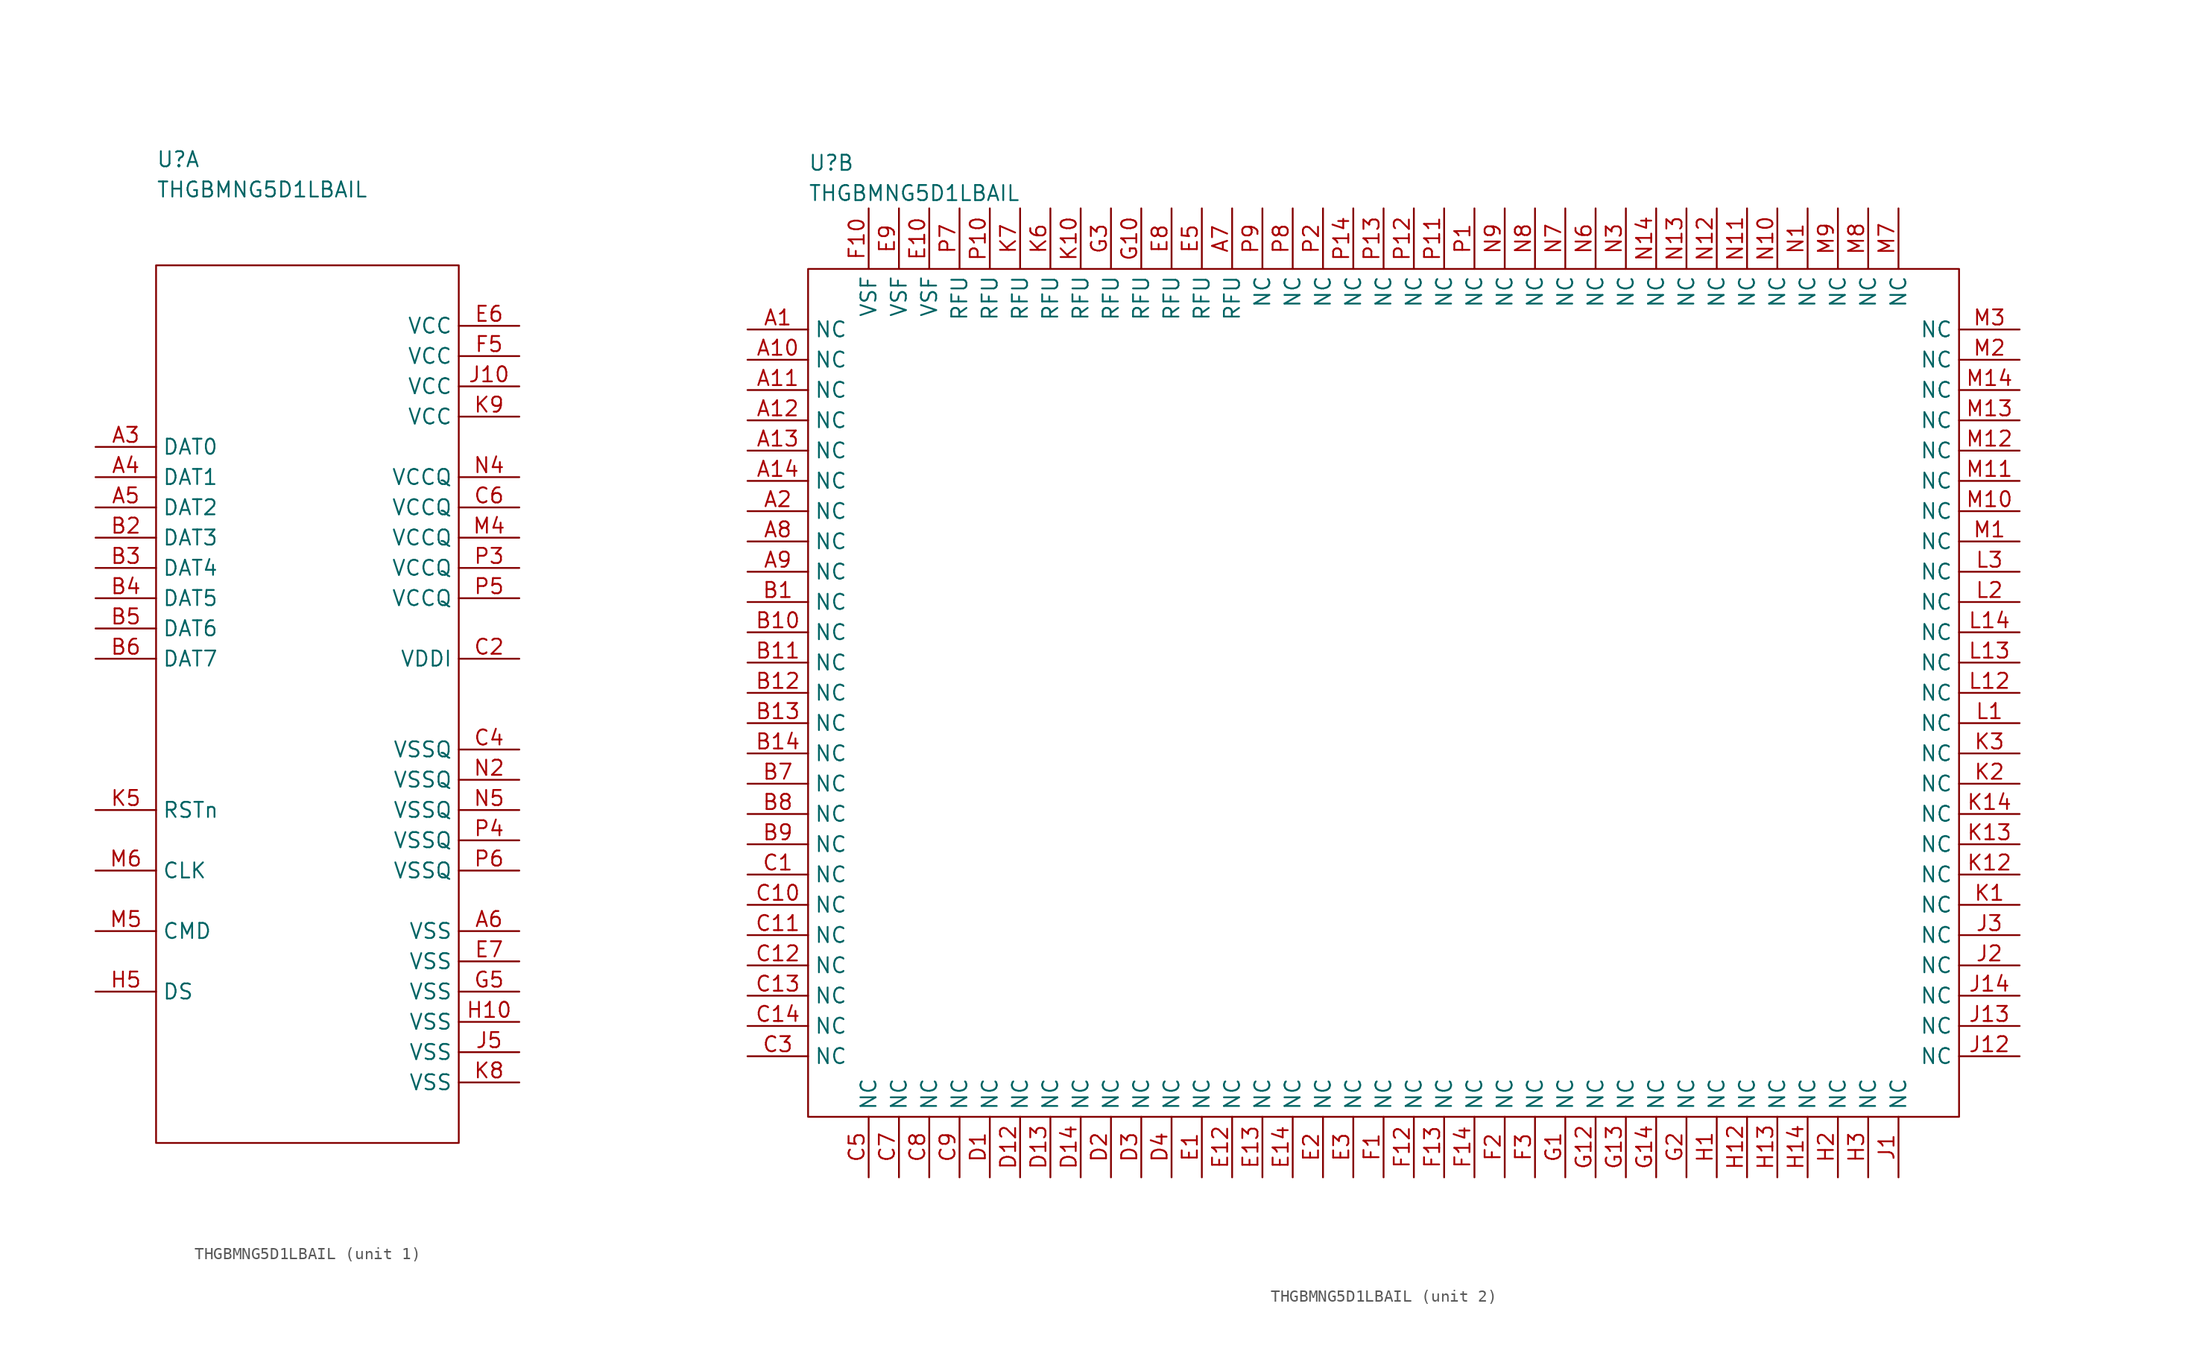
<source format=kicad_sym>
(kicad_symbol_lib
  (version 20211014)
  (generator kicad_symbol_editor)
  (symbol "THGBMNG5D1LBAIL"
    (property "Reference" "U"
      (at 0 8.89 0)
      (effects (font (size 1.27 1.27)) (justify left)))
    (property "Value" "THGBMNG5D1LBAIL"
      (at 0 6.35 0)
      (effects (font (size 1.27 1.27)) (justify left)))
    (symbol "THGBMNG5D1LBAIL_1_0"
      (pin passive line (at -5.08 -15.24 0) (length 5.08) (name "DAT0" (effects (font (size 1.27 1.27)))) (number "A3" (effects (font (size 1.27 1.27)))))
      (pin passive line (at -5.08 -17.78 0) (length 5.08) (name "DAT1" (effects (font (size 1.27 1.27)))) (number "A4" (effects (font (size 1.27 1.27)))))
      (pin passive line (at -5.08 -20.32 0) (length 5.08) (name "DAT2" (effects (font (size 1.27 1.27)))) (number "A5" (effects (font (size 1.27 1.27)))))
      (pin passive line (at 30.48 -55.88 180) (length 5.08) (name "VSS" (effects (font (size 1.27 1.27)))) (number "A6" (effects (font (size 1.27 1.27)))))
      (pin passive line (at -5.08 -22.86 0) (length 5.08) (name "DAT3" (effects (font (size 1.27 1.27)))) (number "B2" (effects (font (size 1.27 1.27)))))
      (pin passive line (at -5.08 -25.4 0) (length 5.08) (name "DAT4" (effects (font (size 1.27 1.27)))) (number "B3" (effects (font (size 1.27 1.27)))))
      (pin passive line (at -5.08 -27.94 0) (length 5.08) (name "DAT5" (effects (font (size 1.27 1.27)))) (number "B4" (effects (font (size 1.27 1.27)))))
      (pin passive line (at -5.08 -30.48 0) (length 5.08) (name "DAT6" (effects (font (size 1.27 1.27)))) (number "B5" (effects (font (size 1.27 1.27)))))
      (pin passive line (at -5.08 -33.02 0) (length 5.08) (name "DAT7" (effects (font (size 1.27 1.27)))) (number "B6" (effects (font (size 1.27 1.27)))))
      (pin passive line (at 30.48 -33.02 180) (length 5.08) (name "VDDI" (effects (font (size 1.27 1.27)))) (number "C2" (effects (font (size 1.27 1.27)))))
      (pin passive line (at 30.48 -40.64 180) (length 5.08) (name "VSSQ" (effects (font (size 1.27 1.27)))) (number "C4" (effects (font (size 1.27 1.27)))))
      (pin passive line (at 30.48 -20.32 180) (length 5.08) (name "VCCQ" (effects (font (size 1.27 1.27)))) (number "C6" (effects (font (size 1.27 1.27)))))
      (pin passive line (at 30.48 -5.08 180) (length 5.08) (name "VCC" (effects (font (size 1.27 1.27)))) (number "E6" (effects (font (size 1.27 1.27)))))
      (pin passive line (at 30.48 -58.42 180) (length 5.08) (name "VSS" (effects (font (size 1.27 1.27)))) (number "E7" (effects (font (size 1.27 1.27)))))
      (pin passive line (at 30.48 -7.62 180) (length 5.08) (name "VCC" (effects (font (size 1.27 1.27)))) (number "F5" (effects (font (size 1.27 1.27)))))
      (pin passive line (at 30.48 -60.96 180) (length 5.08) (name "VSS" (effects (font (size 1.27 1.27)))) (number "G5" (effects (font (size 1.27 1.27)))))
      (pin passive line (at 30.48 -63.5 180) (length 5.08) (name "VSS" (effects (font (size 1.27 1.27)))) (number "H10" (effects (font (size 1.27 1.27)))))
      (pin output line (at -5.08 -60.96 0) (length 5.08) (name "DS" (effects (font (size 1.27 1.27)))) (number "H5" (effects (font (size 1.27 1.27)))))
      (pin passive line (at 30.48 -10.16 180) (length 5.08) (name "VCC" (effects (font (size 1.27 1.27)))) (number "J10" (effects (font (size 1.27 1.27)))))
      (pin passive line (at 30.48 -66.04 180) (length 5.08) (name "VSS" (effects (font (size 1.27 1.27)))) (number "J5" (effects (font (size 1.27 1.27)))))
      (pin input line (at -5.08 -45.72 0) (length 5.08) (name "RSTn" (effects (font (size 1.27 1.27)))) (number "K5" (effects (font (size 1.27 1.27)))))
      (pin passive line (at 30.48 -68.58 180) (length 5.08) (name "VSS" (effects (font (size 1.27 1.27)))) (number "K8" (effects (font (size 1.27 1.27)))))
      (pin passive line (at 30.48 -12.7 180) (length 5.08) (name "VCC" (effects (font (size 1.27 1.27)))) (number "K9" (effects (font (size 1.27 1.27)))))
      (pin passive line (at 30.48 -22.86 180) (length 5.08) (name "VCCQ" (effects (font (size 1.27 1.27)))) (number "M4" (effects (font (size 1.27 1.27)))))
      (pin passive line (at -5.08 -55.88 0) (length 5.08) (name "CMD" (effects (font (size 1.27 1.27)))) (number "M5" (effects (font (size 1.27 1.27)))))
      (pin input line (at -5.08 -50.8 0) (length 5.08) (name "CLK" (effects (font (size 1.27 1.27)))) (number "M6" (effects (font (size 1.27 1.27)))))
      (pin passive line (at 30.48 -43.18 180) (length 5.08) (name "VSSQ" (effects (font (size 1.27 1.27)))) (number "N2" (effects (font (size 1.27 1.27)))))
      (pin passive line (at 30.48 -17.78 180) (length 5.08) (name "VCCQ" (effects (font (size 1.27 1.27)))) (number "N4" (effects (font (size 1.27 1.27)))))
      (pin passive line (at 30.48 -45.72 180) (length 5.08) (name "VSSQ" (effects (font (size 1.27 1.27)))) (number "N5" (effects (font (size 1.27 1.27)))))
      (pin passive line (at 30.48 -25.4 180) (length 5.08) (name "VCCQ" (effects (font (size 1.27 1.27)))) (number "P3" (effects (font (size 1.27 1.27)))))
      (pin passive line (at 30.48 -48.26 180) (length 5.08) (name "VSSQ" (effects (font (size 1.27 1.27)))) (number "P4" (effects (font (size 1.27 1.27)))))
      (pin passive line (at 30.48 -27.94 180) (length 5.08) (name "VCCQ" (effects (font (size 1.27 1.27)))) (number "P5" (effects (font (size 1.27 1.27)))))
      (pin passive line (at 30.48 -50.8 180) (length 5.08) (name "VSSQ" (effects (font (size 1.27 1.27)))) (number "P6" (effects (font (size 1.27 1.27))))))
    (symbol "THGBMNG5D1LBAIL_1_1"
      (rectangle (start 0 0) (end 25.4 -73.66) (stroke (width 0) (type default) (color 0 0 0 0)) (fill (type none))))
    (symbol "THGBMNG5D1LBAIL_2_0"
      (pin passive line (at -5.08 -5.08 0) (length 5.08) (name "NC" (effects (font (size 1.27 1.27)))) (number "A1" (effects (font (size 1.27 1.27)))))
      (pin passive line (at -5.08 -7.62 0) (length 5.08) (name "NC" (effects (font (size 1.27 1.27)))) (number "A10" (effects (font (size 1.27 1.27)))))
      (pin passive line (at -5.08 -10.16 0) (length 5.08) (name "NC" (effects (font (size 1.27 1.27)))) (number "A11" (effects (font (size 1.27 1.27)))))
      (pin passive line (at -5.08 -12.7 0) (length 5.08) (name "NC" (effects (font (size 1.27 1.27)))) (number "A12" (effects (font (size 1.27 1.27)))))
      (pin passive line (at -5.08 -15.24 0) (length 5.08) (name "NC" (effects (font (size 1.27 1.27)))) (number "A13" (effects (font (size 1.27 1.27)))))
      (pin passive line (at -5.08 -17.78 0) (length 5.08) (name "NC" (effects (font (size 1.27 1.27)))) (number "A14" (effects (font (size 1.27 1.27)))))
      (pin passive line (at -5.08 -20.32 0) (length 5.08) (name "NC" (effects (font (size 1.27 1.27)))) (number "A2" (effects (font (size 1.27 1.27)))))
      (pin passive line (at 35.56 5.08 270) (length 5.08) (name "RFU" (effects (font (size 1.27 1.27)))) (number "A7" (effects (font (size 1.27 1.27)))))
      (pin passive line (at -5.08 -22.86 0) (length 5.08) (name "NC" (effects (font (size 1.27 1.27)))) (number "A8" (effects (font (size 1.27 1.27)))))
      (pin passive line (at -5.08 -25.4 0) (length 5.08) (name "NC" (effects (font (size 1.27 1.27)))) (number "A9" (effects (font (size 1.27 1.27)))))
      (pin passive line (at -5.08 -27.94 0) (length 5.08) (name "NC" (effects (font (size 1.27 1.27)))) (number "B1" (effects (font (size 1.27 1.27)))))
      (pin passive line (at -5.08 -30.48 0) (length 5.08) (name "NC" (effects (font (size 1.27 1.27)))) (number "B10" (effects (font (size 1.27 1.27)))))
      (pin passive line (at -5.08 -33.02 0) (length 5.08) (name "NC" (effects (font (size 1.27 1.27)))) (number "B11" (effects (font (size 1.27 1.27)))))
      (pin passive line (at -5.08 -35.56 0) (length 5.08) (name "NC" (effects (font (size 1.27 1.27)))) (number "B12" (effects (font (size 1.27 1.27)))))
      (pin passive line (at -5.08 -38.1 0) (length 5.08) (name "NC" (effects (font (size 1.27 1.27)))) (number "B13" (effects (font (size 1.27 1.27)))))
      (pin passive line (at -5.08 -40.64 0) (length 5.08) (name "NC" (effects (font (size 1.27 1.27)))) (number "B14" (effects (font (size 1.27 1.27)))))
      (pin passive line (at -5.08 -43.18 0) (length 5.08) (name "NC" (effects (font (size 1.27 1.27)))) (number "B7" (effects (font (size 1.27 1.27)))))
      (pin passive line (at -5.08 -45.72 0) (length 5.08) (name "NC" (effects (font (size 1.27 1.27)))) (number "B8" (effects (font (size 1.27 1.27)))))
      (pin passive line (at -5.08 -48.26 0) (length 5.08) (name "NC" (effects (font (size 1.27 1.27)))) (number "B9" (effects (font (size 1.27 1.27)))))
      (pin passive line (at -5.08 -50.8 0) (length 5.08) (name "NC" (effects (font (size 1.27 1.27)))) (number "C1" (effects (font (size 1.27 1.27)))))
      (pin passive line (at -5.08 -53.34 0) (length 5.08) (name "NC" (effects (font (size 1.27 1.27)))) (number "C10" (effects (font (size 1.27 1.27)))))
      (pin passive line (at -5.08 -55.88 0) (length 5.08) (name "NC" (effects (font (size 1.27 1.27)))) (number "C11" (effects (font (size 1.27 1.27)))))
      (pin passive line (at -5.08 -58.42 0) (length 5.08) (name "NC" (effects (font (size 1.27 1.27)))) (number "C12" (effects (font (size 1.27 1.27)))))
      (pin passive line (at -5.08 -60.96 0) (length 5.08) (name "NC" (effects (font (size 1.27 1.27)))) (number "C13" (effects (font (size 1.27 1.27)))))
      (pin passive line (at -5.08 -63.5 0) (length 5.08) (name "NC" (effects (font (size 1.27 1.27)))) (number "C14" (effects (font (size 1.27 1.27)))))
      (pin passive line (at -5.08 -66.04 0) (length 5.08) (name "NC" (effects (font (size 1.27 1.27)))) (number "C3" (effects (font (size 1.27 1.27)))))
      (pin passive line (at 5.08 -76.2 90) (length 5.08) (name "NC" (effects (font (size 1.27 1.27)))) (number "C5" (effects (font (size 1.27 1.27)))))
      (pin passive line (at 7.62 -76.2 90) (length 5.08) (name "NC" (effects (font (size 1.27 1.27)))) (number "C7" (effects (font (size 1.27 1.27)))))
      (pin passive line (at 10.16 -76.2 90) (length 5.08) (name "NC" (effects (font (size 1.27 1.27)))) (number "C8" (effects (font (size 1.27 1.27)))))
      (pin passive line (at 12.7 -76.2 90) (length 5.08) (name "NC" (effects (font (size 1.27 1.27)))) (number "C9" (effects (font (size 1.27 1.27)))))
      (pin passive line (at 15.24 -76.2 90) (length 5.08) (name "NC" (effects (font (size 1.27 1.27)))) (number "D1" (effects (font (size 1.27 1.27)))))
      (pin passive line (at 17.78 -76.2 90) (length 5.08) (name "NC" (effects (font (size 1.27 1.27)))) (number "D12" (effects (font (size 1.27 1.27)))))
      (pin passive line (at 20.32 -76.2 90) (length 5.08) (name "NC" (effects (font (size 1.27 1.27)))) (number "D13" (effects (font (size 1.27 1.27)))))
      (pin passive line (at 22.86 -76.2 90) (length 5.08) (name "NC" (effects (font (size 1.27 1.27)))) (number "D14" (effects (font (size 1.27 1.27)))))
      (pin passive line (at 25.4 -76.2 90) (length 5.08) (name "NC" (effects (font (size 1.27 1.27)))) (number "D2" (effects (font (size 1.27 1.27)))))
      (pin passive line (at 27.94 -76.2 90) (length 5.08) (name "NC" (effects (font (size 1.27 1.27)))) (number "D3" (effects (font (size 1.27 1.27)))))
      (pin passive line (at 30.48 -76.2 90) (length 5.08) (name "NC" (effects (font (size 1.27 1.27)))) (number "D4" (effects (font (size 1.27 1.27)))))
      (pin passive line (at 33.02 -76.2 90) (length 5.08) (name "NC" (effects (font (size 1.27 1.27)))) (number "E1" (effects (font (size 1.27 1.27)))))
      (pin passive line (at 10.16 5.08 270) (length 5.08) (name "VSF" (effects (font (size 1.27 1.27)))) (number "E10" (effects (font (size 1.27 1.27)))))
      (pin passive line (at 35.56 -76.2 90) (length 5.08) (name "NC" (effects (font (size 1.27 1.27)))) (number "E12" (effects (font (size 1.27 1.27)))))
      (pin passive line (at 38.1 -76.2 90) (length 5.08) (name "NC" (effects (font (size 1.27 1.27)))) (number "E13" (effects (font (size 1.27 1.27)))))
      (pin passive line (at 40.64 -76.2 90) (length 5.08) (name "NC" (effects (font (size 1.27 1.27)))) (number "E14" (effects (font (size 1.27 1.27)))))
      (pin passive line (at 43.18 -76.2 90) (length 5.08) (name "NC" (effects (font (size 1.27 1.27)))) (number "E2" (effects (font (size 1.27 1.27)))))
      (pin passive line (at 45.72 -76.2 90) (length 5.08) (name "NC" (effects (font (size 1.27 1.27)))) (number "E3" (effects (font (size 1.27 1.27)))))
      (pin passive line (at 33.02 5.08 270) (length 5.08) (name "RFU" (effects (font (size 1.27 1.27)))) (number "E5" (effects (font (size 1.27 1.27)))))
      (pin passive line (at 30.48 5.08 270) (length 5.08) (name "RFU" (effects (font (size 1.27 1.27)))) (number "E8" (effects (font (size 1.27 1.27)))))
      (pin passive line (at 7.62 5.08 270) (length 5.08) (name "VSF" (effects (font (size 1.27 1.27)))) (number "E9" (effects (font (size 1.27 1.27)))))
      (pin passive line (at 48.26 -76.2 90) (length 5.08) (name "NC" (effects (font (size 1.27 1.27)))) (number "F1" (effects (font (size 1.27 1.27)))))
      (pin passive line (at 5.08 5.08 270) (length 5.08) (name "VSF" (effects (font (size 1.27 1.27)))) (number "F10" (effects (font (size 1.27 1.27)))))
      (pin passive line (at 50.8 -76.2 90) (length 5.08) (name "NC" (effects (font (size 1.27 1.27)))) (number "F12" (effects (font (size 1.27 1.27)))))
      (pin passive line (at 53.34 -76.2 90) (length 5.08) (name "NC" (effects (font (size 1.27 1.27)))) (number "F13" (effects (font (size 1.27 1.27)))))
      (pin passive line (at 55.88 -76.2 90) (length 5.08) (name "NC" (effects (font (size 1.27 1.27)))) (number "F14" (effects (font (size 1.27 1.27)))))
      (pin passive line (at 58.42 -76.2 90) (length 5.08) (name "NC" (effects (font (size 1.27 1.27)))) (number "F2" (effects (font (size 1.27 1.27)))))
      (pin passive line (at 60.96 -76.2 90) (length 5.08) (name "NC" (effects (font (size 1.27 1.27)))) (number "F3" (effects (font (size 1.27 1.27)))))
      (pin passive line (at 63.5 -76.2 90) (length 5.08) (name "NC" (effects (font (size 1.27 1.27)))) (number "G1" (effects (font (size 1.27 1.27)))))
      (pin passive line (at 27.94 5.08 270) (length 5.08) (name "RFU" (effects (font (size 1.27 1.27)))) (number "G10" (effects (font (size 1.27 1.27)))))
      (pin passive line (at 66.04 -76.2 90) (length 5.08) (name "NC" (effects (font (size 1.27 1.27)))) (number "G12" (effects (font (size 1.27 1.27)))))
      (pin passive line (at 68.58 -76.2 90) (length 5.08) (name "NC" (effects (font (size 1.27 1.27)))) (number "G13" (effects (font (size 1.27 1.27)))))
      (pin passive line (at 71.12 -76.2 90) (length 5.08) (name "NC" (effects (font (size 1.27 1.27)))) (number "G14" (effects (font (size 1.27 1.27)))))
      (pin passive line (at 73.66 -76.2 90) (length 5.08) (name "NC" (effects (font (size 1.27 1.27)))) (number "G2" (effects (font (size 1.27 1.27)))))
      (pin passive line (at 25.4 5.08 270) (length 5.08) (name "RFU" (effects (font (size 1.27 1.27)))) (number "G3" (effects (font (size 1.27 1.27)))))
      (pin passive line (at 76.2 -76.2 90) (length 5.08) (name "NC" (effects (font (size 1.27 1.27)))) (number "H1" (effects (font (size 1.27 1.27)))))
      (pin passive line (at 78.74 -76.2 90) (length 5.08) (name "NC" (effects (font (size 1.27 1.27)))) (number "H12" (effects (font (size 1.27 1.27)))))
      (pin passive line (at 81.28 -76.2 90) (length 5.08) (name "NC" (effects (font (size 1.27 1.27)))) (number "H13" (effects (font (size 1.27 1.27)))))
      (pin passive line (at 83.82 -76.2 90) (length 5.08) (name "NC" (effects (font (size 1.27 1.27)))) (number "H14" (effects (font (size 1.27 1.27)))))
      (pin passive line (at 86.36 -76.2 90) (length 5.08) (name "NC" (effects (font (size 1.27 1.27)))) (number "H2" (effects (font (size 1.27 1.27)))))
      (pin passive line (at 88.9 -76.2 90) (length 5.08) (name "NC" (effects (font (size 1.27 1.27)))) (number "H3" (effects (font (size 1.27 1.27)))))
      (pin passive line (at 91.44 -76.2 90) (length 5.08) (name "NC" (effects (font (size 1.27 1.27)))) (number "J1" (effects (font (size 1.27 1.27)))))
      (pin passive line (at 101.6 -66.04 180) (length 5.08) (name "NC" (effects (font (size 1.27 1.27)))) (number "J12" (effects (font (size 1.27 1.27)))))
      (pin passive line (at 101.6 -63.5 180) (length 5.08) (name "NC" (effects (font (size 1.27 1.27)))) (number "J13" (effects (font (size 1.27 1.27)))))
      (pin passive line (at 101.6 -60.96 180) (length 5.08) (name "NC" (effects (font (size 1.27 1.27)))) (number "J14" (effects (font (size 1.27 1.27)))))
      (pin passive line (at 101.6 -58.42 180) (length 5.08) (name "NC" (effects (font (size 1.27 1.27)))) (number "J2" (effects (font (size 1.27 1.27)))))
      (pin passive line (at 101.6 -55.88 180) (length 5.08) (name "NC" (effects (font (size 1.27 1.27)))) (number "J3" (effects (font (size 1.27 1.27)))))
      (pin passive line (at 101.6 -53.34 180) (length 5.08) (name "NC" (effects (font (size 1.27 1.27)))) (number "K1" (effects (font (size 1.27 1.27)))))
      (pin passive line (at 22.86 5.08 270) (length 5.08) (name "RFU" (effects (font (size 1.27 1.27)))) (number "K10" (effects (font (size 1.27 1.27)))))
      (pin passive line (at 101.6 -50.8 180) (length 5.08) (name "NC" (effects (font (size 1.27 1.27)))) (number "K12" (effects (font (size 1.27 1.27)))))
      (pin passive line (at 101.6 -48.26 180) (length 5.08) (name "NC" (effects (font (size 1.27 1.27)))) (number "K13" (effects (font (size 1.27 1.27)))))
      (pin passive line (at 101.6 -45.72 180) (length 5.08) (name "NC" (effects (font (size 1.27 1.27)))) (number "K14" (effects (font (size 1.27 1.27)))))
      (pin passive line (at 101.6 -43.18 180) (length 5.08) (name "NC" (effects (font (size 1.27 1.27)))) (number "K2" (effects (font (size 1.27 1.27)))))
      (pin passive line (at 101.6 -40.64 180) (length 5.08) (name "NC" (effects (font (size 1.27 1.27)))) (number "K3" (effects (font (size 1.27 1.27)))))
      (pin passive line (at 20.32 5.08 270) (length 5.08) (name "RFU" (effects (font (size 1.27 1.27)))) (number "K6" (effects (font (size 1.27 1.27)))))
      (pin passive line (at 17.78 5.08 270) (length 5.08) (name "RFU" (effects (font (size 1.27 1.27)))) (number "K7" (effects (font (size 1.27 1.27)))))
      (pin passive line (at 101.6 -38.1 180) (length 5.08) (name "NC" (effects (font (size 1.27 1.27)))) (number "L1" (effects (font (size 1.27 1.27)))))
      (pin passive line (at 101.6 -35.56 180) (length 5.08) (name "NC" (effects (font (size 1.27 1.27)))) (number "L12" (effects (font (size 1.27 1.27)))))
      (pin passive line (at 101.6 -33.02 180) (length 5.08) (name "NC" (effects (font (size 1.27 1.27)))) (number "L13" (effects (font (size 1.27 1.27)))))
      (pin passive line (at 101.6 -30.48 180) (length 5.08) (name "NC" (effects (font (size 1.27 1.27)))) (number "L14" (effects (font (size 1.27 1.27)))))
      (pin passive line (at 101.6 -27.94 180) (length 5.08) (name "NC" (effects (font (size 1.27 1.27)))) (number "L2" (effects (font (size 1.27 1.27)))))
      (pin passive line (at 101.6 -25.4 180) (length 5.08) (name "NC" (effects (font (size 1.27 1.27)))) (number "L3" (effects (font (size 1.27 1.27)))))
      (pin passive line (at 101.6 -22.86 180) (length 5.08) (name "NC" (effects (font (size 1.27 1.27)))) (number "M1" (effects (font (size 1.27 1.27)))))
      (pin passive line (at 101.6 -20.32 180) (length 5.08) (name "NC" (effects (font (size 1.27 1.27)))) (number "M10" (effects (font (size 1.27 1.27)))))
      (pin passive line (at 101.6 -17.78 180) (length 5.08) (name "NC" (effects (font (size 1.27 1.27)))) (number "M11" (effects (font (size 1.27 1.27)))))
      (pin passive line (at 101.6 -15.24 180) (length 5.08) (name "NC" (effects (font (size 1.27 1.27)))) (number "M12" (effects (font (size 1.27 1.27)))))
      (pin passive line (at 101.6 -12.7 180) (length 5.08) (name "NC" (effects (font (size 1.27 1.27)))) (number "M13" (effects (font (size 1.27 1.27)))))
      (pin passive line (at 101.6 -10.16 180) (length 5.08) (name "NC" (effects (font (size 1.27 1.27)))) (number "M14" (effects (font (size 1.27 1.27)))))
      (pin passive line (at 101.6 -7.62 180) (length 5.08) (name "NC" (effects (font (size 1.27 1.27)))) (number "M2" (effects (font (size 1.27 1.27)))))
      (pin passive line (at 101.6 -5.08 180) (length 5.08) (name "NC" (effects (font (size 1.27 1.27)))) (number "M3" (effects (font (size 1.27 1.27)))))
      (pin passive line (at 91.44 5.08 270) (length 5.08) (name "NC" (effects (font (size 1.27 1.27)))) (number "M7" (effects (font (size 1.27 1.27)))))
      (pin passive line (at 88.9 5.08 270) (length 5.08) (name "NC" (effects (font (size 1.27 1.27)))) (number "M8" (effects (font (size 1.27 1.27)))))
      (pin passive line (at 86.36 5.08 270) (length 5.08) (name "NC" (effects (font (size 1.27 1.27)))) (number "M9" (effects (font (size 1.27 1.27)))))
      (pin passive line (at 83.82 5.08 270) (length 5.08) (name "NC" (effects (font (size 1.27 1.27)))) (number "N1" (effects (font (size 1.27 1.27)))))
      (pin passive line (at 81.28 5.08 270) (length 5.08) (name "NC" (effects (font (size 1.27 1.27)))) (number "N10" (effects (font (size 1.27 1.27)))))
      (pin passive line (at 78.74 5.08 270) (length 5.08) (name "NC" (effects (font (size 1.27 1.27)))) (number "N11" (effects (font (size 1.27 1.27)))))
      (pin passive line (at 76.2 5.08 270) (length 5.08) (name "NC" (effects (font (size 1.27 1.27)))) (number "N12" (effects (font (size 1.27 1.27)))))
      (pin passive line (at 73.66 5.08 270) (length 5.08) (name "NC" (effects (font (size 1.27 1.27)))) (number "N13" (effects (font (size 1.27 1.27)))))
      (pin passive line (at 71.12 5.08 270) (length 5.08) (name "NC" (effects (font (size 1.27 1.27)))) (number "N14" (effects (font (size 1.27 1.27)))))
      (pin passive line (at 68.58 5.08 270) (length 5.08) (name "NC" (effects (font (size 1.27 1.27)))) (number "N3" (effects (font (size 1.27 1.27)))))
      (pin passive line (at 66.04 5.08 270) (length 5.08) (name "NC" (effects (font (size 1.27 1.27)))) (number "N6" (effects (font (size 1.27 1.27)))))
      (pin passive line (at 63.5 5.08 270) (length 5.08) (name "NC" (effects (font (size 1.27 1.27)))) (number "N7" (effects (font (size 1.27 1.27)))))
      (pin passive line (at 60.96 5.08 270) (length 5.08) (name "NC" (effects (font (size 1.27 1.27)))) (number "N8" (effects (font (size 1.27 1.27)))))
      (pin passive line (at 58.42 5.08 270) (length 5.08) (name "NC" (effects (font (size 1.27 1.27)))) (number "N9" (effects (font (size 1.27 1.27)))))
      (pin passive line (at 55.88 5.08 270) (length 5.08) (name "NC" (effects (font (size 1.27 1.27)))) (number "P1" (effects (font (size 1.27 1.27)))))
      (pin passive line (at 15.24 5.08 270) (length 5.08) (name "RFU" (effects (font (size 1.27 1.27)))) (number "P10" (effects (font (size 1.27 1.27)))))
      (pin passive line (at 53.34 5.08 270) (length 5.08) (name "NC" (effects (font (size 1.27 1.27)))) (number "P11" (effects (font (size 1.27 1.27)))))
      (pin passive line (at 50.8 5.08 270) (length 5.08) (name "NC" (effects (font (size 1.27 1.27)))) (number "P12" (effects (font (size 1.27 1.27)))))
      (pin passive line (at 48.26 5.08 270) (length 5.08) (name "NC" (effects (font (size 1.27 1.27)))) (number "P13" (effects (font (size 1.27 1.27)))))
      (pin passive line (at 45.72 5.08 270) (length 5.08) (name "NC" (effects (font (size 1.27 1.27)))) (number "P14" (effects (font (size 1.27 1.27)))))
      (pin passive line (at 43.18 5.08 270) (length 5.08) (name "NC" (effects (font (size 1.27 1.27)))) (number "P2" (effects (font (size 1.27 1.27)))))
      (pin passive line (at 12.7 5.08 270) (length 5.08) (name "RFU" (effects (font (size 1.27 1.27)))) (number "P7" (effects (font (size 1.27 1.27)))))
      (pin passive line (at 40.64 5.08 270) (length 5.08) (name "NC" (effects (font (size 1.27 1.27)))) (number "P8" (effects (font (size 1.27 1.27)))))
      (pin passive line (at 38.1 5.08 270) (length 5.08) (name "NC" (effects (font (size 1.27 1.27)))) (number "P9" (effects (font (size 1.27 1.27))))))
    (symbol "THGBMNG5D1LBAIL_2_1"
      (rectangle (start 0 0) (end 96.52 -71.12) (stroke (width 0.152) (type default) (color 0 0 0 0)) (fill (type none))))))
</source>
